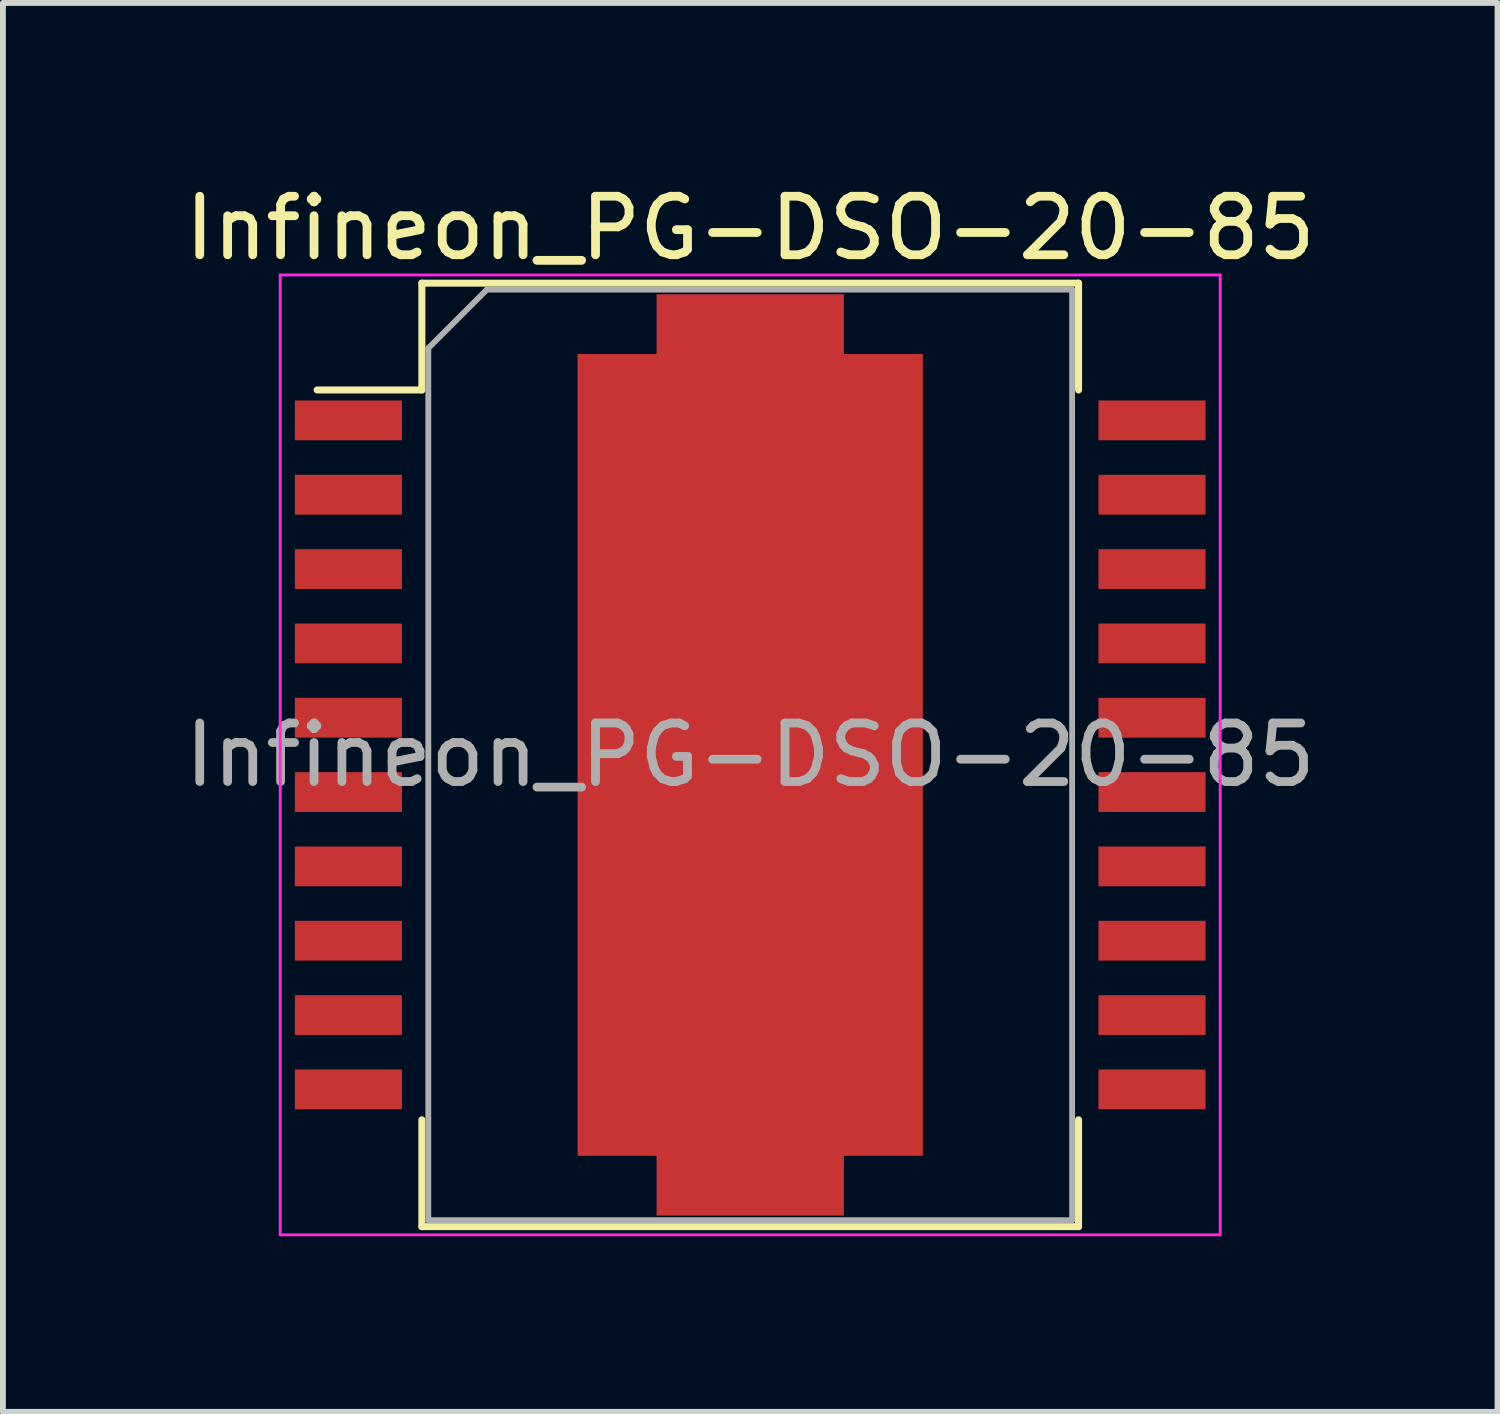
<source format=kicad_pcb>
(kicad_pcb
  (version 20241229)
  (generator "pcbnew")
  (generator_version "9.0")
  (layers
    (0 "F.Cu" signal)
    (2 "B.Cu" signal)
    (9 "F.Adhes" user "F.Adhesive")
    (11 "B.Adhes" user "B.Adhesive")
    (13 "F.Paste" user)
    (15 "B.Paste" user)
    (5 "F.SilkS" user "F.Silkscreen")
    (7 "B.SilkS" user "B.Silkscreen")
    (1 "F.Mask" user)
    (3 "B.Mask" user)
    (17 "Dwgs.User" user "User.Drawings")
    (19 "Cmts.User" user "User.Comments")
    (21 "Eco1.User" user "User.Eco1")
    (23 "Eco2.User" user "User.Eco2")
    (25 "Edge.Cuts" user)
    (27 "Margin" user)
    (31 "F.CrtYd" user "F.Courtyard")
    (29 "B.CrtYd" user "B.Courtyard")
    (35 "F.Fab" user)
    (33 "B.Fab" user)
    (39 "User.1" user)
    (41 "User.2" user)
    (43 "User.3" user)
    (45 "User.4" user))
  (footprint "Infineon_PG-DSO-20-85"
    (layer "F.Cu")
    (at 9.768 9.848)
    (property "Reference" "Infineon_PG-DSO-20-85" (at 0 -9 0) (layer "F.SilkS") (effects (font (size 1 1) (thickness 0.15))))
    (attr smd)
    (fp_line (start -7.4 -6.235) (end -5.61 -6.235) (stroke (width 0.12) (type solid)) (layer "F.SilkS"))
    (fp_line (start -5.61 -8.06) (end 5.61 -8.06) (stroke (width 0.12) (type solid)) (layer "F.SilkS"))
    (fp_line (start -5.61 -6.235) (end -5.61 -8.06) (stroke (width 0.12) (type solid)) (layer "F.SilkS"))
    (fp_line (start -5.61 6.235) (end -5.61 8.06) (stroke (width 0.12) (type solid)) (layer "F.SilkS"))
    (fp_line (start 5.61 -6.235) (end 5.61 -8.06) (stroke (width 0.12) (type solid)) (layer "F.SilkS"))
    (fp_line (start 5.61 6.235) (end 5.61 8.06) (stroke (width 0.12) (type solid)) (layer "F.SilkS"))
    (fp_line (start 5.61 8.06) (end -5.61 8.06) (stroke (width 0.12) (type solid)) (layer "F.SilkS"))
    (fp_line (start -8.03 -8.2) (end 8.03 -8.2) (stroke (width 0.05) (type solid)) (layer "F.CrtYd"))
    (fp_line (start -8.03 8.2) (end -8.03 -8.2) (stroke (width 0.05) (type solid)) (layer "F.CrtYd"))
    (fp_line (start -8.03 8.2) (end 8.03 8.2) (stroke (width 0.05) (type solid)) (layer "F.CrtYd"))
    (fp_line (start 8.03 8.2) (end 8.03 -8.2) (stroke (width 0.05) (type solid)) (layer "F.CrtYd"))
    (fp_line (start -5.5 -6.95) (end -4.5 -7.95) (stroke (width 0.1) (type solid)) (layer "F.Fab"))
    (fp_line (start -5.5 7.95) (end -5.5 -6.95) (stroke (width 0.1) (type solid)) (layer "F.Fab"))
    (fp_line (start -4.5 -7.95) (end 5.5 -7.95) (stroke (width 0.1) (type solid)) (layer "F.Fab"))
    (fp_line (start 5.5 -7.95) (end 5.5 7.95) (stroke (width 0.1) (type solid)) (layer "F.Fab"))
    (fp_line (start 5.5 7.95) (end -5.5 7.95) (stroke (width 0.1) (type solid)) (layer "F.Fab"))
    (fp_text user "${REFERENCE}" (at 0 0 0) (layer "F.Fab") (effects (font (size 1 1) (thickness 0.15))))
    (pad "" smd rect (at -1.4 -4.95) (size 2.4 2.8) (layers "F.Paste"))
    (pad "" smd rect (at -1.4 -1.65) (size 2.4 2.8) (layers "F.Paste"))
    (pad "" smd rect (at -1.4 1.65) (size 2.4 2.8) (layers "F.Paste"))
    (pad "" smd rect (at -1.4 4.95) (size 2.4 2.8) (layers "F.Paste"))
    (pad "" smd rect (at 0 -7.36) (size 3.2 1) (layers "F.Paste"))
    (pad "" smd rect (at 0 7.36) (size 3.2 1) (layers "F.Paste"))
    (pad "" smd rect (at 1.4 -4.95) (size 2.4 2.8) (layers "F.Paste"))
    (pad "" smd rect (at 1.4 -1.65) (size 2.4 2.8) (layers "F.Paste"))
    (pad "" smd rect (at 1.4 1.65) (size 2.4 2.8) (layers "F.Paste"))
    (pad "" smd rect (at 1.4 4.95) (size 2.4 2.8) (layers "F.Paste"))
    (pad "" smd rect (at 6.865 -5.715) (size 1.83 0.68) (layers "F.Cu" "F.Mask" "F.Paste"))
    (pad "" smd rect (at 6.865 -4.445) (size 1.83 0.68) (layers "F.Cu" "F.Mask" "F.Paste"))
    (pad "" smd rect (at 6.865 4.445) (size 1.83 0.68) (layers "F.Cu" "F.Mask" "F.Paste"))
    (pad "" smd rect (at 6.865 5.715) (size 1.83 0.68) (layers "F.Cu" "F.Mask" "F.Paste"))
    (pad "D" smd rect (at 6.865 -3.175) (size 1.83 0.68) (layers "F.Cu" "F.Mask" "F.Paste"))
    (pad "D" smd rect (at 6.865 -1.905) (size 1.83 0.68) (layers "F.Cu" "F.Mask" "F.Paste"))
    (pad "D" smd rect (at 6.865 -0.635) (size 1.83 0.68) (layers "F.Cu" "F.Mask" "F.Paste"))
    (pad "D" smd rect (at 6.865 0.635) (size 1.83 0.68) (layers "F.Cu" "F.Mask" "F.Paste"))
    (pad "D" smd rect (at 6.865 1.905) (size 1.83 0.68) (layers "F.Cu" "F.Mask" "F.Paste"))
    (pad "D" smd rect (at 6.865 3.175) (size 1.83 0.68) (layers "F.Cu" "F.Mask" "F.Paste"))
    (pad "G" smd rect (at -6.865 4.445) (size 1.83 0.68) (layers "F.Cu" "F.Mask" "F.Paste"))
    (pad "G" smd rect (at -6.865 5.715) (size 1.83 0.68) (layers "F.Cu" "F.Mask" "F.Paste"))
    (pad "S" smd rect (at -6.865 -5.715) (size 1.83 0.68) (layers "F.Cu" "F.Mask" "F.Paste"))
    (pad "S" smd rect (at -6.865 -4.445) (size 1.83 0.68) (layers "F.Cu" "F.Mask" "F.Paste"))
    (pad "S" smd rect (at -6.865 -3.175) (size 1.83 0.68) (layers "F.Cu" "F.Mask" "F.Paste"))
    (pad "S" smd rect (at -6.865 -1.905) (size 1.83 0.68) (layers "F.Cu" "F.Mask" "F.Paste"))
    (pad "S" smd rect (at -6.865 -0.635) (size 1.83 0.68) (layers "F.Cu" "F.Mask" "F.Paste"))
    (pad "S" smd rect (at -6.865 0.635) (size 1.83 0.68) (layers "F.Cu" "F.Mask" "F.Paste"))
    (pad "S" smd rect (at -6.865 1.905) (size 1.83 0.68) (layers "F.Cu" "F.Mask" "F.Paste"))
    (pad "S" smd custom (at 0 0) (size 5.9 13.7) (layers "F.Cu" "F.Mask") (options (anchor rect)) (primitives (gr_poly (pts (xy -1.6 -7.87) (xy 1.6 -7.87) (xy 1.6 7.87) (xy -1.6 7.87)) (width 0) (fill yes))))
    (pad "SS" smd rect (at -6.865 3.175) (size 1.83 0.68) (layers "F.Cu" "F.Mask" "F.Paste")))
  (gr_rect
    (start -3 -3)
    (end 22.536 21.073)
    (stroke (width 0.1) (type default))
    (fill no)
    (layer "Edge.Cuts")))
</source>
